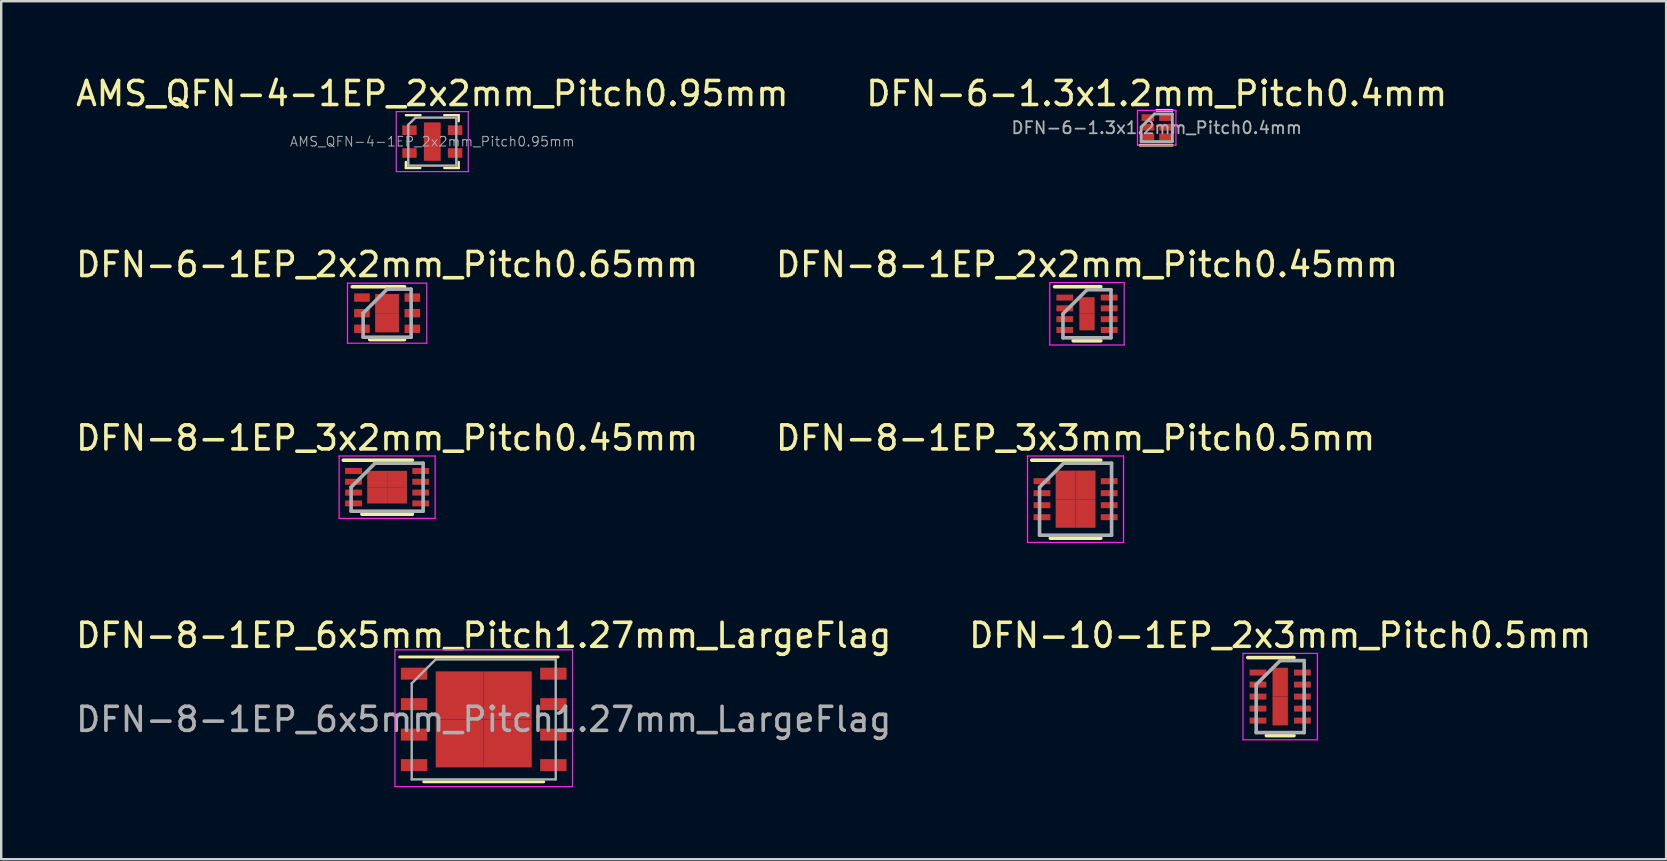
<source format=kicad_pcb>
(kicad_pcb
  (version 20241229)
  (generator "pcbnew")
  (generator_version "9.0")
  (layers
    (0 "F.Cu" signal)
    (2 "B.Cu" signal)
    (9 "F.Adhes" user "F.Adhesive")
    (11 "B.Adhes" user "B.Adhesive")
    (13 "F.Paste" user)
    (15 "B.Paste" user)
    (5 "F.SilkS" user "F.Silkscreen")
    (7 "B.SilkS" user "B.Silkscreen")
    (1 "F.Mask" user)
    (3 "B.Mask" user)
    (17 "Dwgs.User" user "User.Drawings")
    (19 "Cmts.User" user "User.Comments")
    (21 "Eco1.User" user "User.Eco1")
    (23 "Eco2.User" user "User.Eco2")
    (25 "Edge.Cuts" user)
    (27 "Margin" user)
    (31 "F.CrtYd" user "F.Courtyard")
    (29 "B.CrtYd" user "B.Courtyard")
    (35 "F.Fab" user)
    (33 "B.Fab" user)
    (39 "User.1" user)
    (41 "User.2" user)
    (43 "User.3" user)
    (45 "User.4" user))
  (footprint "DFN-10-1EP_2x3mm_Pitch0.5mm"
    (layer "F.Cu")
    (at 50.28 25.968)
    (property "Reference" "DFN-10-1EP_2x3mm_Pitch0.5mm" (at 0 -2.55 0) (layer "F.SilkS") (effects (font (size 1 1) (thickness 0.15))))
    (attr smd)
    (fp_line (start -1.35 -1.625) (end 0.575 -1.625) (stroke (width 0.15) (type solid)) (layer "F.SilkS"))
    (fp_line (start -0.575 1.625) (end 0.575 1.625) (stroke (width 0.15) (type solid)) (layer "F.SilkS"))
    (fp_line (start -1.55 -1.8) (end -1.55 1.8) (stroke (width 0.05) (type solid)) (layer "F.CrtYd"))
    (fp_line (start -1.55 -1.8) (end 1.55 -1.8) (stroke (width 0.05) (type solid)) (layer "F.CrtYd"))
    (fp_line (start -1.55 1.8) (end 1.55 1.8) (stroke (width 0.05) (type solid)) (layer "F.CrtYd"))
    (fp_line (start 1.55 -1.8) (end 1.55 1.8) (stroke (width 0.05) (type solid)) (layer "F.CrtYd"))
    (fp_line (start -1 -0.5) (end 0 -1.5) (stroke (width 0.15) (type solid)) (layer "F.Fab"))
    (fp_line (start -1 1.5) (end -1 -0.5) (stroke (width 0.15) (type solid)) (layer "F.Fab"))
    (fp_line (start 0 -1.5) (end 1 -1.5) (stroke (width 0.15) (type solid)) (layer "F.Fab"))
    (fp_line (start 1 -1.5) (end 1 1.5) (stroke (width 0.15) (type solid)) (layer "F.Fab"))
    (fp_line (start 1 1.5) (end -1 1.5) (stroke (width 0.15) (type solid)) (layer "F.Fab"))
    (pad "1" smd rect (at -0.925 -1) (size 0.7 0.25) (layers "F.Cu" "F.Mask" "F.Paste"))
    (pad "2" smd rect (at -0.925 -0.5) (size 0.7 0.25) (layers "F.Cu" "F.Mask" "F.Paste"))
    (pad "3" smd rect (at -0.925 0) (size 0.7 0.25) (layers "F.Cu" "F.Mask" "F.Paste"))
    (pad "4" smd rect (at -0.925 0.5) (size 0.7 0.25) (layers "F.Cu" "F.Mask" "F.Paste"))
    (pad "5" smd rect (at -0.925 1) (size 0.7 0.25) (layers "F.Cu" "F.Mask" "F.Paste"))
    (pad "6" smd rect (at 0.925 1) (size 0.7 0.25) (layers "F.Cu" "F.Mask" "F.Paste"))
    (pad "7" smd rect (at 0.925 0.5) (size 0.7 0.25) (layers "F.Cu" "F.Mask" "F.Paste"))
    (pad "8" smd rect (at 0.925 0) (size 0.7 0.25) (layers "F.Cu" "F.Mask" "F.Paste"))
    (pad "9" smd rect (at 0.925 -0.5) (size 0.7 0.25) (layers "F.Cu" "F.Mask" "F.Paste"))
    (pad "10" smd rect (at 0.925 -1) (size 0.7 0.25) (layers "F.Cu" "F.Mask" "F.Paste"))
    (pad "11" smd rect (at 0 -0.6) (size 0.64 1.2) (layers "F.Cu" "F.Mask" "F.Paste"))
    (pad "11" smd rect (at 0 0.6) (size 0.64 1.2) (layers "F.Cu" "F.Mask" "F.Paste")))
  (footprint "DFN-6-1.3x1.2mm_Pitch0.4mm"
    (layer "F.Cu")
    (at 45.137 2.248)
    (property "Reference" "DFN-6-1.3x1.2mm_Pitch0.4mm" (at 0 -1.4 0) (layer "F.SilkS") (effects (font (size 1 1) (thickness 0.15))))
    (attr smd)
    (fp_line (start -0.7 0.75) (end 0.65 0.75) (stroke (width 0.12) (type solid)) (layer "F.SilkS"))
    (fp_line (start 0 -0.7) (end 0.65 -0.7) (stroke (width 0.12) (type solid)) (layer "F.SilkS"))
    (fp_line (start -0.8 -0.7) (end -0.8 0.75) (stroke (width 0.05) (type solid)) (layer "F.CrtYd"))
    (fp_line (start -0.8 -0.7) (end 0.8 -0.7) (stroke (width 0.05) (type solid)) (layer "F.CrtYd"))
    (fp_line (start 0.8 0.75) (end -0.8 0.75) (stroke (width 0.05) (type solid)) (layer "F.CrtYd"))
    (fp_line (start 0.8 0.75) (end 0.8 -0.7) (stroke (width 0.05) (type solid)) (layer "F.CrtYd"))
    (fp_line (start -0.65 0) (end -0.65 0.6) (stroke (width 0.12) (type solid)) (layer "F.Fab"))
    (fp_line (start -0.65 0.6) (end 0.65 0.6) (stroke (width 0.12) (type solid)) (layer "F.Fab"))
    (fp_line (start -0.1 -0.55) (end -0.65 0) (stroke (width 0.12) (type solid)) (layer "F.Fab"))
    (fp_line (start 0.65 -0.55) (end -0.1 -0.55) (stroke (width 0.12) (type solid)) (layer "F.Fab"))
    (fp_line (start 0.65 0.6) (end 0.65 -0.55) (stroke (width 0.12) (type solid)) (layer "F.Fab"))
    (fp_text user "${REFERENCE}" (at 0 0.025 0) (layer "F.Fab") (effects (font (size 0.5 0.5) (thickness 0.075))))
    (pad "1" smd rect (at -0.368 -0.4) (size 0.53 0.28) (layers "F.Cu" "F.Mask" "F.Paste"))
    (pad "2" smd rect (at -0.368 0) (size 0.53 0.28) (layers "F.Cu" "F.Mask" "F.Paste"))
    (pad "3" smd rect (at -0.368 0.4) (size 0.53 0.28) (layers "F.Cu" "F.Mask" "F.Paste"))
    (pad "4" smd rect (at 0.368 0.4) (size 0.53 0.28) (layers "F.Cu" "F.Mask" "F.Paste"))
    (pad "5" smd rect (at 0.368 0) (size 0.53 0.28) (layers "F.Cu" "F.Mask" "F.Paste"))
    (pad "6" smd rect (at 0.368 -0.4) (size 0.53 0.28) (layers "F.Cu" "F.Mask" "F.Paste")))
  (footprint "DFN-8-1EP_3x3mm_Pitch0.5mm"
    (layer "F.Cu")
    (at 41.756 17.745)
    (property "Reference" "DFN-8-1EP_3x3mm_Pitch0.5mm" (at 0 -2.55 0) (layer "F.SilkS") (effects (font (size 1 1) (thickness 0.15))))
    (attr smd)
    (fp_line (start -1.825 -1.625) (end 1.05 -1.625) (stroke (width 0.15) (type solid)) (layer "F.SilkS"))
    (fp_line (start -1.05 1.625) (end 1.05 1.625) (stroke (width 0.15) (type solid)) (layer "F.SilkS"))
    (fp_line (start -2 -1.8) (end -2 1.8) (stroke (width 0.05) (type solid)) (layer "F.CrtYd"))
    (fp_line (start -2 -1.8) (end 2 -1.8) (stroke (width 0.05) (type solid)) (layer "F.CrtYd"))
    (fp_line (start -2 1.8) (end 2 1.8) (stroke (width 0.05) (type solid)) (layer "F.CrtYd"))
    (fp_line (start 2 -1.8) (end 2 1.8) (stroke (width 0.05) (type solid)) (layer "F.CrtYd"))
    (fp_line (start -1.5 -0.5) (end -0.5 -1.5) (stroke (width 0.15) (type solid)) (layer "F.Fab"))
    (fp_line (start -1.5 1.5) (end -1.5 -0.5) (stroke (width 0.15) (type solid)) (layer "F.Fab"))
    (fp_line (start -0.5 -1.5) (end 1.5 -1.5) (stroke (width 0.15) (type solid)) (layer "F.Fab"))
    (fp_line (start 1.5 -1.5) (end 1.5 1.5) (stroke (width 0.15) (type solid)) (layer "F.Fab"))
    (fp_line (start 1.5 1.5) (end -1.5 1.5) (stroke (width 0.15) (type solid)) (layer "F.Fab"))
    (pad "1" smd rect (at -1.4 -0.75) (size 0.7 0.25) (layers "F.Cu" "F.Mask" "F.Paste"))
    (pad "2" smd rect (at -1.4 -0.25) (size 0.7 0.25) (layers "F.Cu" "F.Mask" "F.Paste"))
    (pad "3" smd rect (at -1.4 0.25) (size 0.7 0.25) (layers "F.Cu" "F.Mask" "F.Paste"))
    (pad "4" smd rect (at -1.4 0.75) (size 0.7 0.25) (layers "F.Cu" "F.Mask" "F.Paste"))
    (pad "5" smd rect (at 1.4 0.75) (size 0.7 0.25) (layers "F.Cu" "F.Mask" "F.Paste"))
    (pad "6" smd rect (at 1.4 0.25) (size 0.7 0.25) (layers "F.Cu" "F.Mask" "F.Paste"))
    (pad "7" smd rect (at 1.4 -0.25) (size 0.7 0.25) (layers "F.Cu" "F.Mask" "F.Paste"))
    (pad "8" smd rect (at 1.4 -0.75) (size 0.7 0.25) (layers "F.Cu" "F.Mask" "F.Paste"))
    (pad "9" smd rect (at -0.415 -0.595) (size 0.83 1.19) (layers "F.Cu" "F.Mask" "F.Paste"))
    (pad "9" smd rect (at -0.415 0.595) (size 0.83 1.19) (layers "F.Cu" "F.Mask" "F.Paste"))
    (pad "9" smd rect (at 0.415 -0.595) (size 0.83 1.19) (layers "F.Cu" "F.Mask" "F.Paste"))
    (pad "9" smd rect (at 0.415 0.595) (size 0.83 1.19) (layers "F.Cu" "F.Mask" "F.Paste")))
  (footprint "DFN-8-1EP_6x5mm_Pitch1.27mm_LargeFlag"
    (layer "F.Cu")
    (at 17.101 26.918)
    (property "Reference" "DFN-8-1EP_6x5mm_Pitch1.27mm_LargeFlag" (at 0 -3.5 0) (layer "F.SilkS") (effects (font (size 1 1) (thickness 0.15))))
    (attr smd)
    (fp_line (start -3.5 -2.6) (end 3.1 -2.6) (stroke (width 0.12) (type solid)) (layer "F.SilkS"))
    (fp_line (start -2.5 2.6) (end 2.5 2.6) (stroke (width 0.12) (type solid)) (layer "F.SilkS"))
    (fp_line (start -3.7 -2.9) (end 3.7 -2.9) (stroke (width 0.05) (type solid)) (layer "F.CrtYd"))
    (fp_line (start -3.7 2.8) (end -3.7 -2.9) (stroke (width 0.05) (type solid)) (layer "F.CrtYd"))
    (fp_line (start 3.7 -2.9) (end 3.7 2.8) (stroke (width 0.05) (type solid)) (layer "F.CrtYd"))
    (fp_line (start 3.7 2.8) (end -3.7 2.8) (stroke (width 0.05) (type solid)) (layer "F.CrtYd"))
    (fp_line (start -3 2.5) (end -3 -1.5) (stroke (width 0.1) (type solid)) (layer "F.Fab"))
    (fp_line (start -2 -2.5) (end -3 -1.5) (stroke (width 0.1) (type solid)) (layer "F.Fab"))
    (fp_line (start -2 -2.5) (end 3 -2.5) (stroke (width 0.1) (type solid)) (layer "F.Fab"))
    (fp_line (start 3 -2.5) (end 3 2.5) (stroke (width 0.1) (type solid)) (layer "F.Fab"))
    (fp_line (start 3 2.5) (end -3 2.5) (stroke (width 0.1) (type solid)) (layer "F.Fab"))
    (fp_text user "${REFERENCE}" (at 0 0 0) (layer "F.Fab") (effects (font (size 1 1) (thickness 0.15))))
    (pad "1" smd rect (at -2.9 -1.905 270) (size 0.5 1.1) (layers "F.Cu" "F.Mask" "F.Paste"))
    (pad "2" smd rect (at -2.9 -0.635 270) (size 0.5 1.1) (layers "F.Cu" "F.Mask" "F.Paste"))
    (pad "3" smd rect (at -2.9 0.635 270) (size 0.5 1.1) (layers "F.Cu" "F.Mask" "F.Paste"))
    (pad "4" smd rect (at -2.9 1.905 270) (size 0.5 1.1) (layers "F.Cu" "F.Mask" "F.Paste"))
    (pad "5" smd rect (at 2.9 1.905 270) (size 0.5 1.1) (layers "F.Cu" "F.Mask" "F.Paste"))
    (pad "6" smd rect (at 2.9 0.635 270) (size 0.5 1.1) (layers "F.Cu" "F.Mask" "F.Paste"))
    (pad "7" smd rect (at 2.9 -0.635 270) (size 0.5 1.1) (layers "F.Cu" "F.Mask" "F.Paste"))
    (pad "8" smd rect (at 2.9 -1.905 270) (size 0.5 1.1) (layers "F.Cu" "F.Mask" "F.Paste"))
    (pad "9" smd rect (at -1 -1 270) (size 2 2) (layers "F.Cu" "F.Mask" "F.Paste"))
    (pad "9" smd rect (at -1 1 270) (size 2 2) (layers "F.Cu" "F.Mask" "F.Paste"))
    (pad "9" smd rect (at 1 -1 270) (size 2 2) (layers "F.Cu" "F.Mask" "F.Paste"))
    (pad "9" smd rect (at 1 1 270) (size 2 2) (layers "F.Cu" "F.Mask" "F.Paste")))
  (footprint "AMS_QFN-4-1EP_2x2mm_Pitch0.95mm"
    (layer "F.Cu")
    (at 14.958 2.848)
    (property "Reference" "AMS_QFN-4-1EP_2x2mm_Pitch0.95mm" (at 0 -2 0) (layer "F.SilkS") (effects (font (size 1 1) (thickness 0.15))))
    (attr smd)
    (fp_line (start -1.1 1.1) (end -1.1 0.85) (stroke (width 0.1) (type solid)) (layer "F.SilkS"))
    (fp_line (start -1.1 1.1) (end -0.5 1.1) (stroke (width 0.1) (type solid)) (layer "F.SilkS"))
    (fp_line (start -0.49 -1.1) (end -1.1 -1.1) (stroke (width 0.1) (type solid)) (layer "F.SilkS"))
    (fp_line (start 1.1 -1.1) (end 0.5 -1.1) (stroke (width 0.1) (type solid)) (layer "F.SilkS"))
    (fp_line (start 1.1 -1.1) (end 1.1 -0.85) (stroke (width 0.1) (type solid)) (layer "F.SilkS"))
    (fp_line (start 1.1 1.1) (end 0.5 1.1) (stroke (width 0.1) (type solid)) (layer "F.SilkS"))
    (fp_line (start 1.1 1.1) (end 1.1 0.85) (stroke (width 0.1) (type solid)) (layer "F.SilkS"))
    (fp_line (start -1.5 -1.25) (end 1.5 -1.25) (stroke (width 0.05) (type solid)) (layer "F.CrtYd"))
    (fp_line (start -1.5 1.25) (end -1.5 -1.25) (stroke (width 0.05) (type solid)) (layer "F.CrtYd"))
    (fp_line (start 1.5 -1.25) (end 1.5 1.25) (stroke (width 0.05) (type solid)) (layer "F.CrtYd"))
    (fp_line (start 1.5 1.25) (end -1.5 1.25) (stroke (width 0.05) (type solid)) (layer "F.CrtYd"))
    (fp_line (start -1 -0.7) (end -0.7 -1) (stroke (width 0.1) (type solid)) (layer "F.Fab"))
    (fp_line (start -1 1) (end -1 -0.7) (stroke (width 0.1) (type solid)) (layer "F.Fab"))
    (fp_line (start -0.7 -1) (end 1 -1) (stroke (width 0.1) (type solid)) (layer "F.Fab"))
    (fp_line (start 1 -1) (end 1 1) (stroke (width 0.1) (type solid)) (layer "F.Fab"))
    (fp_line (start 1 1) (end -1 1) (stroke (width 0.1) (type solid)) (layer "F.Fab"))
    (fp_text user "${REFERENCE}" (at 0 0 0) (layer "F.Fab") (effects (font (size 0.4 0.4) (thickness 0.04))))
    (pad "" smd rect (at 0 0) (size 0.35 0.8) (layers "F.Paste"))
    (pad "1" smd rect (at -0.95 -0.475) (size 0.6 0.4) (layers "F.Cu" "F.Mask" "F.Paste"))
    (pad "2" smd rect (at -0.95 0.475) (size 0.6 0.4) (layers "F.Cu" "F.Mask" "F.Paste"))
    (pad "3" smd rect (at 0.95 0.475) (size 0.6 0.4) (layers "F.Cu" "F.Mask" "F.Paste"))
    (pad "4" smd rect (at 0.95 -0.475) (size 0.6 0.4) (layers "F.Cu" "F.Mask" "F.Paste"))
    (pad "5" smd rect (at 0 0) (size 0.7 1.6) (layers "F.Cu" "F.Mask")))
  (footprint "DFN-8-1EP_3x2mm_Pitch0.45mm"
    (layer "F.Cu")
    (at 13.077 17.245)
    (property "Reference" "DFN-8-1EP_3x2mm_Pitch0.45mm" (at 0 -2.05 0) (layer "F.SilkS") (effects (font (size 1 1) (thickness 0.15))))
    (attr smd)
    (fp_line (start -1.825 -1.125) (end 1.05 -1.125) (stroke (width 0.15) (type solid)) (layer "F.SilkS"))
    (fp_line (start -1.05 1.125) (end 1.05 1.125) (stroke (width 0.15) (type solid)) (layer "F.SilkS"))
    (fp_line (start -2 -1.3) (end -2 1.3) (stroke (width 0.05) (type solid)) (layer "F.CrtYd"))
    (fp_line (start -2 -1.3) (end 2 -1.3) (stroke (width 0.05) (type solid)) (layer "F.CrtYd"))
    (fp_line (start -2 1.3) (end 2 1.3) (stroke (width 0.05) (type solid)) (layer "F.CrtYd"))
    (fp_line (start 2 -1.3) (end 2 1.3) (stroke (width 0.05) (type solid)) (layer "F.CrtYd"))
    (fp_line (start -1.5 0) (end -0.5 -1) (stroke (width 0.15) (type solid)) (layer "F.Fab"))
    (fp_line (start -1.5 1) (end -1.5 0) (stroke (width 0.15) (type solid)) (layer "F.Fab"))
    (fp_line (start -0.5 -1) (end 1.5 -1) (stroke (width 0.15) (type solid)) (layer "F.Fab"))
    (fp_line (start 1.5 -1) (end 1.5 1) (stroke (width 0.15) (type solid)) (layer "F.Fab"))
    (fp_line (start 1.5 1) (end -1.5 1) (stroke (width 0.15) (type solid)) (layer "F.Fab"))
    (pad "1" smd rect (at -1.4 -0.675) (size 0.7 0.25) (layers "F.Cu" "F.Mask" "F.Paste"))
    (pad "2" smd rect (at -1.4 -0.225) (size 0.7 0.25) (layers "F.Cu" "F.Mask" "F.Paste"))
    (pad "3" smd rect (at -1.4 0.225) (size 0.7 0.25) (layers "F.Cu" "F.Mask" "F.Paste"))
    (pad "4" smd rect (at -1.4 0.675) (size 0.7 0.25) (layers "F.Cu" "F.Mask" "F.Paste"))
    (pad "5" smd rect (at 1.4 0.675) (size 0.7 0.25) (layers "F.Cu" "F.Mask" "F.Paste"))
    (pad "6" smd rect (at 1.4 0.225) (size 0.7 0.25) (layers "F.Cu" "F.Mask" "F.Paste"))
    (pad "7" smd rect (at 1.4 -0.225) (size 0.7 0.25) (layers "F.Cu" "F.Mask" "F.Paste"))
    (pad "8" smd rect (at 1.4 -0.675) (size 0.7 0.25) (layers "F.Cu" "F.Mask" "F.Paste"))
    (pad "9" smd rect (at -0.415 -0.34) (size 0.83 0.68) (layers "F.Cu" "F.Mask" "F.Paste"))
    (pad "9" smd rect (at -0.415 0.34) (size 0.83 0.68) (layers "F.Cu" "F.Mask" "F.Paste"))
    (pad "9" smd rect (at 0.415 -0.34) (size 0.83 0.68) (layers "F.Cu" "F.Mask" "F.Paste"))
    (pad "9" smd rect (at 0.415 0.34) (size 0.83 0.68) (layers "F.Cu" "F.Mask" "F.Paste")))
  (footprint "DFN-6-1EP_2x2mm_Pitch0.65mm"
    (layer "F.Cu")
    (at 13.077 9.996)
    (property "Reference" "DFN-6-1EP_2x2mm_Pitch0.65mm" (at 0 -2.025 0) (layer "F.SilkS") (effects (font (size 1 1) (thickness 0.15))))
    (attr smd)
    (fp_line (start -1.45 -1.1) (end 0.725 -1.1) (stroke (width 0.15) (type solid)) (layer "F.SilkS"))
    (fp_line (start -0.725 1.1) (end 0.725 1.1) (stroke (width 0.15) (type solid)) (layer "F.SilkS"))
    (fp_line (start -1.65 -1.25) (end -1.65 1.25) (stroke (width 0.05) (type solid)) (layer "F.CrtYd"))
    (fp_line (start -1.65 -1.25) (end 1.65 -1.25) (stroke (width 0.05) (type solid)) (layer "F.CrtYd"))
    (fp_line (start -1.65 1.25) (end 1.65 1.25) (stroke (width 0.05) (type solid)) (layer "F.CrtYd"))
    (fp_line (start 1.65 -1.25) (end 1.65 1.25) (stroke (width 0.05) (type solid)) (layer "F.CrtYd"))
    (fp_line (start -1 0) (end 0 -1) (stroke (width 0.15) (type solid)) (layer "F.Fab"))
    (fp_line (start -1 1) (end -1 0) (stroke (width 0.15) (type solid)) (layer "F.Fab"))
    (fp_line (start 0 -1) (end 1 -1) (stroke (width 0.15) (type solid)) (layer "F.Fab"))
    (fp_line (start 1 -1) (end 1 1) (stroke (width 0.15) (type solid)) (layer "F.Fab"))
    (fp_line (start 1 1) (end -1 1) (stroke (width 0.15) (type solid)) (layer "F.Fab"))
    (pad "1" smd rect (at -1.05 -0.65) (size 0.65 0.35) (layers "F.Cu" "F.Mask" "F.Paste"))
    (pad "2" smd rect (at -1.05 0) (size 0.65 0.35) (layers "F.Cu" "F.Mask" "F.Paste"))
    (pad "3" smd rect (at -1.05 0.65) (size 0.65 0.35) (layers "F.Cu" "F.Mask" "F.Paste"))
    (pad "4" smd rect (at 1.05 0.65) (size 0.65 0.35) (layers "F.Cu" "F.Mask" "F.Paste"))
    (pad "5" smd rect (at 1.05 0) (size 0.65 0.35) (layers "F.Cu" "F.Mask" "F.Paste"))
    (pad "6" smd rect (at 1.05 -0.65) (size 0.65 0.35) (layers "F.Cu" "F.Mask" "F.Paste"))
    (pad "7" smd rect (at 0 -0.4) (size 1 0.8) (layers "F.Cu" "F.Mask" "F.Paste"))
    (pad "7" smd rect (at 0 0.4) (size 1 0.8) (layers "F.Cu" "F.Mask" "F.Paste")))
  (footprint "DFN-8-1EP_2x2mm_Pitch0.45mm"
    (layer "F.Cu")
    (at 42.232 10.021)
    (property "Reference" "DFN-8-1EP_2x2mm_Pitch0.45mm" (at 0 -2.05 0) (layer "F.SilkS") (effects (font (size 1 1) (thickness 0.15))))
    (attr smd)
    (fp_line (start -1.35 -1.125) (end 0.575 -1.125) (stroke (width 0.15) (type solid)) (layer "F.SilkS"))
    (fp_line (start -0.575 1.125) (end 0.575 1.125) (stroke (width 0.15) (type solid)) (layer "F.SilkS"))
    (fp_line (start -1.55 -1.3) (end -1.55 1.3) (stroke (width 0.05) (type solid)) (layer "F.CrtYd"))
    (fp_line (start -1.55 -1.3) (end 1.55 -1.3) (stroke (width 0.05) (type solid)) (layer "F.CrtYd"))
    (fp_line (start -1.55 1.3) (end 1.55 1.3) (stroke (width 0.05) (type solid)) (layer "F.CrtYd"))
    (fp_line (start 1.55 -1.3) (end 1.55 1.3) (stroke (width 0.05) (type solid)) (layer "F.CrtYd"))
    (fp_line (start -1 0) (end 0 -1) (stroke (width 0.15) (type solid)) (layer "F.Fab"))
    (fp_line (start -1 1) (end -1 0) (stroke (width 0.15) (type solid)) (layer "F.Fab"))
    (fp_line (start 0 -1) (end 1 -1) (stroke (width 0.15) (type solid)) (layer "F.Fab"))
    (fp_line (start 1 -1) (end 1 1) (stroke (width 0.15) (type solid)) (layer "F.Fab"))
    (fp_line (start 1 1) (end -1 1) (stroke (width 0.15) (type solid)) (layer "F.Fab"))
    (pad "1" smd rect (at -0.925 -0.675) (size 0.7 0.25) (layers "F.Cu" "F.Mask" "F.Paste"))
    (pad "2" smd rect (at -0.925 -0.225) (size 0.7 0.25) (layers "F.Cu" "F.Mask" "F.Paste"))
    (pad "3" smd rect (at -0.925 0.225) (size 0.7 0.25) (layers "F.Cu" "F.Mask" "F.Paste"))
    (pad "4" smd rect (at -0.925 0.675) (size 0.7 0.25) (layers "F.Cu" "F.Mask" "F.Paste"))
    (pad "5" smd rect (at 0.925 0.675) (size 0.7 0.25) (layers "F.Cu" "F.Mask" "F.Paste"))
    (pad "6" smd rect (at 0.925 0.225) (size 0.7 0.25) (layers "F.Cu" "F.Mask" "F.Paste"))
    (pad "7" smd rect (at 0.925 -0.225) (size 0.7 0.25) (layers "F.Cu" "F.Mask" "F.Paste"))
    (pad "8" smd rect (at 0.925 -0.675) (size 0.7 0.25) (layers "F.Cu" "F.Mask" "F.Paste"))
    (pad "9" smd rect (at 0 -0.345) (size 0.64 0.69) (layers "F.Cu" "F.Mask" "F.Paste"))
    (pad "9" smd rect (at 0 0.345) (size 0.64 0.69) (layers "F.Cu" "F.Mask" "F.Paste")))
  (gr_rect
    (start -3 -3)
    (end 66.357 32.743)
    (stroke (width 0.1) (type default))
    (fill no)
    (layer "Edge.Cuts")))
</source>
